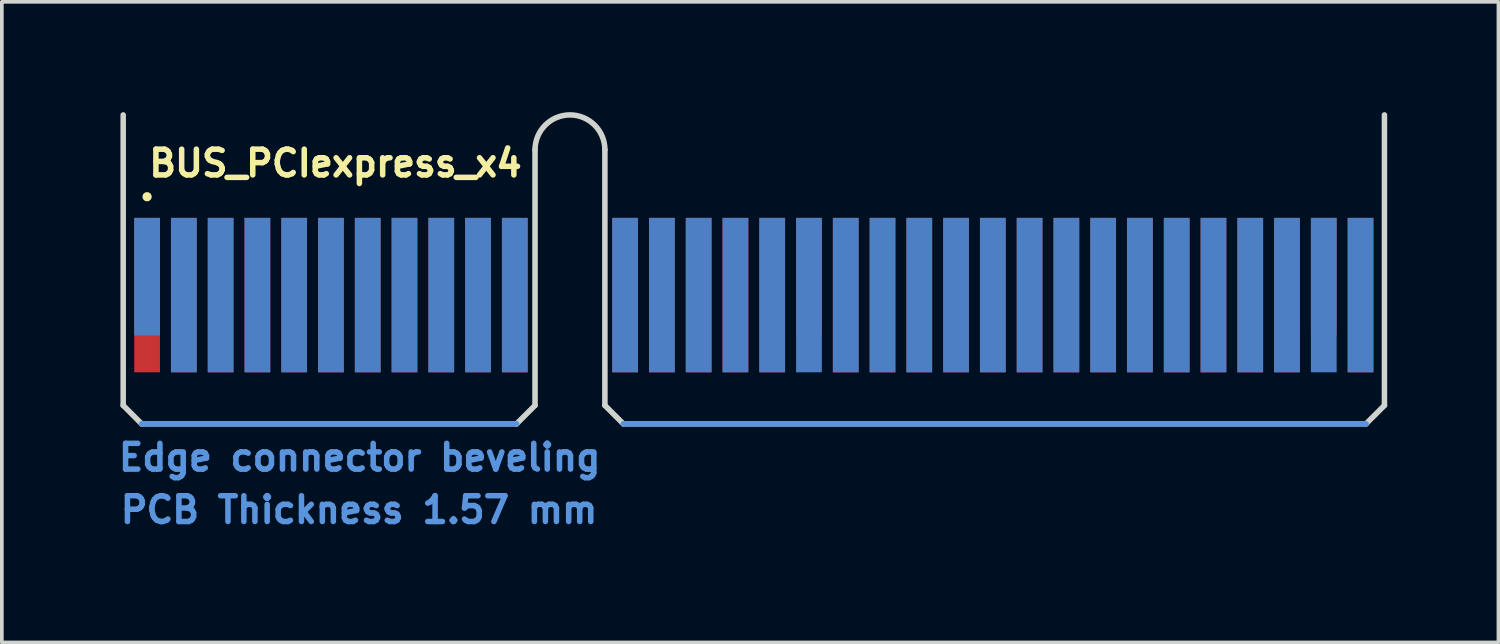
<source format=kicad_pcb>
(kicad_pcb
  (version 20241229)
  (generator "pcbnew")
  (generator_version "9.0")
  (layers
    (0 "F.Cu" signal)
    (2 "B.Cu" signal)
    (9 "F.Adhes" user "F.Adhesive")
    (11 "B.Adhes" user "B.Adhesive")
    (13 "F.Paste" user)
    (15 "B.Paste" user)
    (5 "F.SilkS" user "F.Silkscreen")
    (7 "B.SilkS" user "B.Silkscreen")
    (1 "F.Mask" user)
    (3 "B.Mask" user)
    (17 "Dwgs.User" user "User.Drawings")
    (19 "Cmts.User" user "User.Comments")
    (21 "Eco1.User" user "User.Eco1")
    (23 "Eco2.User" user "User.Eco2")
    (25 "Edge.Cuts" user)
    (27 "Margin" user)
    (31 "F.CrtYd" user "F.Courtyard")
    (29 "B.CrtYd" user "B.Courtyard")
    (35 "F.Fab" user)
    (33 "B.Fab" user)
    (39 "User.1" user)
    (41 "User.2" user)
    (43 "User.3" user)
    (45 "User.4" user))
  (footprint "BUS_PCIexpress_x4"
    (layer "F.Cu")
    (at 0.95 4.975)
    (property "Reference" "BUS_PCIexpress_x4" (at -0.025 -3.175 0) (layer "F.SilkS") (effects (font (size 0.7 0.7) (thickness 0.15)) (justify left bottom)))
    (attr through_hole exclude_from_pos_files exclude_from_bom)
    (fp_poly (pts (xy -0.85 -2) (xy 33.65 -2) (xy 33.65 3.5) (xy -0.85 3.5)) (stroke (width 0.2) (type solid)) (fill yes) (layer "F.Mask"))
    (fp_poly (pts (xy -0.85 -2) (xy 33.65 -2) (xy 33.65 3.5) (xy -0.85 3.5)) (stroke (width 0.2) (type solid)) (fill yes) (layer "B.Mask"))
    (fp_circle (center 0 -2.675) (end 0.05 -2.675) (stroke (width 0.15) (type solid)) (fill yes) (layer "F.SilkS"))
    (fp_line (start -0.15 3.5) (end 10.05 3.5) (stroke (width 0.15) (type solid)) (layer "Cmts.User"))
    (fp_line (start 12.95 3.5) (end 33.15 3.5) (stroke (width 0.15) (type solid)) (layer "Cmts.User"))
    (fp_line (start -0.65 -4.9) (end -0.65 3) (stroke (width 0.15) (type solid)) (layer "Edge.Cuts"))
    (fp_line (start -0.65 3) (end -0.15 3.5) (stroke (width 0.15) (type solid)) (layer "Edge.Cuts"))
    (fp_line (start -0.15 3.5) (end 10.05 3.5) (stroke (width 0.15) (type solid)) (layer "Edge.Cuts"))
    (fp_line (start 10.55 -3.95) (end 10.55 3) (stroke (width 0.15) (type solid)) (layer "Edge.Cuts"))
    (fp_line (start 10.55 3) (end 10.05 3.5) (stroke (width 0.15) (type solid)) (layer "Edge.Cuts"))
    (fp_line (start 12.45 -3.95) (end 12.45 3) (stroke (width 0.15) (type solid)) (layer "Edge.Cuts"))
    (fp_line (start 12.45 3) (end 12.95 3.5) (stroke (width 0.15) (type solid)) (layer "Edge.Cuts"))
    (fp_line (start 12.95 3.5) (end 33.15 3.5) (stroke (width 0.15) (type solid)) (layer "Edge.Cuts"))
    (fp_line (start 33.65 -4.9) (end 33.65 3) (stroke (width 0.15) (type solid)) (layer "Edge.Cuts"))
    (fp_line (start 33.65 3) (end 33.15 3.5) (stroke (width 0.15) (type solid)) (layer "Edge.Cuts"))
    (fp_arc (start 10.55 -3.95) (mid 11.5 -4.9) (end 12.45 -3.95) (stroke (width 0.15) (type solid)) (layer "Edge.Cuts"))
    (fp_text user "PCB Thickness 1.57 mm" (at -0.8 6.25 180) (layer "Cmts.User") (effects (font (size 0.7 0.7) (thickness 0.15)) (justify left bottom)))
    (fp_text user "Edge connector beveling" (at -0.85 4.825 180) (layer "Cmts.User") (effects (font (size 0.7 0.7) (thickness 0.15)) (justify left bottom)))
    (pad "A1" connect rect (at 0 -0.5) (size 0.7 3.2) (layers "B.Cu" "B.Mask"))
    (pad "A2" connect rect (at 1 0) (size 0.7 4.2) (layers "B.Cu" "B.Mask"))
    (pad "A3" connect rect (at 2 0) (size 0.7 4.2) (layers "B.Cu" "B.Mask"))
    (pad "A4" connect rect (at 3 0) (size 0.7 4.2) (layers "B.Cu" "B.Mask"))
    (pad "A5" connect rect (at 4 0) (size 0.7 4.2) (layers "B.Cu" "B.Mask"))
    (pad "A6" connect rect (at 5 0) (size 0.7 4.2) (layers "B.Cu" "B.Mask"))
    (pad "A7" connect rect (at 6 0) (size 0.7 4.2) (layers "B.Cu" "B.Mask"))
    (pad "A8" connect rect (at 7 0) (size 0.7 4.2) (layers "B.Cu" "B.Mask"))
    (pad "A9" connect rect (at 8 0) (size 0.7 4.2) (layers "B.Cu" "B.Mask"))
    (pad "A10" connect rect (at 9 0) (size 0.7 4.2) (layers "B.Cu" "B.Mask"))
    (pad "A11" connect rect (at 10 0) (size 0.7 4.2) (layers "B.Cu" "B.Mask"))
    (pad "A12" connect rect (at 13 0) (size 0.7 4.2) (layers "B.Cu" "B.Mask"))
    (pad "A13" connect rect (at 14 0) (size 0.7 4.2) (layers "B.Cu" "B.Mask"))
    (pad "A14" connect rect (at 15 0) (size 0.7 4.2) (layers "B.Cu" "B.Mask"))
    (pad "A15" connect rect (at 16 0) (size 0.7 4.2) (layers "B.Cu" "B.Mask"))
    (pad "A16" connect rect (at 17 0) (size 0.7 4.2) (layers "B.Cu" "B.Mask"))
    (pad "A17" connect rect (at 18 0) (size 0.7 4.2) (layers "B.Cu" "B.Mask"))
    (pad "A18" connect rect (at 19 0) (size 0.7 4.2) (layers "B.Cu" "B.Mask"))
    (pad "A19" connect rect (at 20 0) (size 0.7 4.2) (layers "B.Cu" "B.Mask"))
    (pad "A20" connect rect (at 21 0) (size 0.7 4.2) (layers "B.Cu" "B.Mask"))
    (pad "A21" connect rect (at 22 0) (size 0.7 4.2) (layers "B.Cu" "B.Mask"))
    (pad "A22" connect rect (at 23 0) (size 0.7 4.2) (layers "B.Cu" "B.Mask"))
    (pad "A23" connect rect (at 24 0) (size 0.7 4.2) (layers "B.Cu" "B.Mask"))
    (pad "A24" connect rect (at 25 0) (size 0.7 4.2) (layers "B.Cu" "B.Mask"))
    (pad "A25" connect rect (at 26 0) (size 0.7 4.2) (layers "B.Cu" "B.Mask"))
    (pad "A26" connect rect (at 27 0) (size 0.7 4.2) (layers "B.Cu" "B.Mask"))
    (pad "A27" connect rect (at 28 0) (size 0.7 4.2) (layers "B.Cu" "B.Mask"))
    (pad "A28" connect rect (at 29 0) (size 0.7 4.2) (layers "B.Cu" "B.Mask"))
    (pad "A29" connect rect (at 30 0) (size 0.7 4.2) (layers "B.Cu" "B.Mask"))
    (pad "A30" connect rect (at 31 0) (size 0.7 4.2) (layers "B.Cu" "B.Mask"))
    (pad "A31" connect rect (at 32 0) (size 0.7 4.2) (layers "B.Cu" "B.Mask"))
    (pad "A32" connect rect (at 33 0) (size 0.7 4.2) (layers "B.Cu" "B.Mask"))
    (pad "B1" connect rect (at 0 0) (size 0.7 4.2) (layers "F.Cu" "F.Mask"))
    (pad "B2" connect rect (at 1 0) (size 0.7 4.2) (layers "F.Cu" "F.Mask"))
    (pad "B3" connect rect (at 2 0) (size 0.7 4.2) (layers "F.Cu" "F.Mask"))
    (pad "B4" connect rect (at 3 0) (size 0.7 4.2) (layers "F.Cu" "F.Mask"))
    (pad "B5" connect rect (at 4 0) (size 0.7 4.2) (layers "F.Cu" "F.Mask"))
    (pad "B6" connect rect (at 5 0) (size 0.7 4.2) (layers "F.Cu" "F.Mask"))
    (pad "B7" connect rect (at 6 0) (size 0.7 4.2) (layers "F.Cu" "F.Mask"))
    (pad "B8" connect rect (at 7 0) (size 0.7 4.2) (layers "F.Cu" "F.Mask"))
    (pad "B9" connect rect (at 8 0) (size 0.7 4.2) (layers "F.Cu" "F.Mask"))
    (pad "B10" connect rect (at 9 0) (size 0.7 4.2) (layers "F.Cu" "F.Mask"))
    (pad "B11" connect rect (at 10 0) (size 0.7 4.2) (layers "F.Cu" "F.Mask"))
    (pad "B12" connect rect (at 13 0) (size 0.7 4.2) (layers "F.Cu" "F.Mask"))
    (pad "B13" connect rect (at 14 0) (size 0.7 4.2) (layers "F.Cu" "F.Mask"))
    (pad "B14" connect rect (at 15 0) (size 0.7 4.2) (layers "F.Cu" "F.Mask"))
    (pad "B15" connect rect (at 16 0) (size 0.7 4.2) (layers "F.Cu" "F.Mask"))
    (pad "B16" connect rect (at 17 0) (size 0.7 4.2) (layers "F.Cu" "F.Mask"))
    (pad "B17" connect rect (at 18 -0.5) (size 0.7 3.2) (layers "F.Cu" "F.Mask"))
    (pad "B18" connect rect (at 19 0) (size 0.7 4.2) (layers "F.Cu" "F.Mask"))
    (pad "B19" connect rect (at 20 0) (size 0.7 4.2) (layers "F.Cu" "F.Mask"))
    (pad "B20" connect rect (at 21 0) (size 0.7 4.2) (layers "F.Cu" "F.Mask"))
    (pad "B21" connect rect (at 22 0) (size 0.7 4.2) (layers "F.Cu" "F.Mask"))
    (pad "B22" connect rect (at 23 0) (size 0.7 4.2) (layers "F.Cu" "F.Mask"))
    (pad "B23" connect rect (at 24 0) (size 0.7 4.2) (layers "F.Cu" "F.Mask"))
    (pad "B24" connect rect (at 25 0) (size 0.7 4.2) (layers "F.Cu" "F.Mask"))
    (pad "B25" connect rect (at 26 0) (size 0.7 4.2) (layers "F.Cu" "F.Mask"))
    (pad "B26" connect rect (at 27 0) (size 0.7 4.2) (layers "F.Cu" "F.Mask"))
    (pad "B27" connect rect (at 28 0) (size 0.7 4.2) (layers "F.Cu" "F.Mask"))
    (pad "B28" connect rect (at 29 0) (size 0.7 4.2) (layers "F.Cu" "F.Mask"))
    (pad "B29" connect rect (at 30 0) (size 0.7 4.2) (layers "F.Cu" "F.Mask"))
    (pad "B30" connect rect (at 31 0) (size 0.7 4.2) (layers "F.Cu" "F.Mask"))
    (pad "B31" connect rect (at 32 -0.5) (size 0.7 3.2) (layers "F.Cu" "F.Mask"))
    (pad "B32" connect rect (at 33 0) (size 0.7 4.2) (layers "F.Cu" "F.Mask")))
  (gr_rect
    (start -3 -3)
    (end 37.7 14.421)
    (stroke (width 0.1) (type default))
    (fill no)
    (layer "Edge.Cuts")))
</source>
